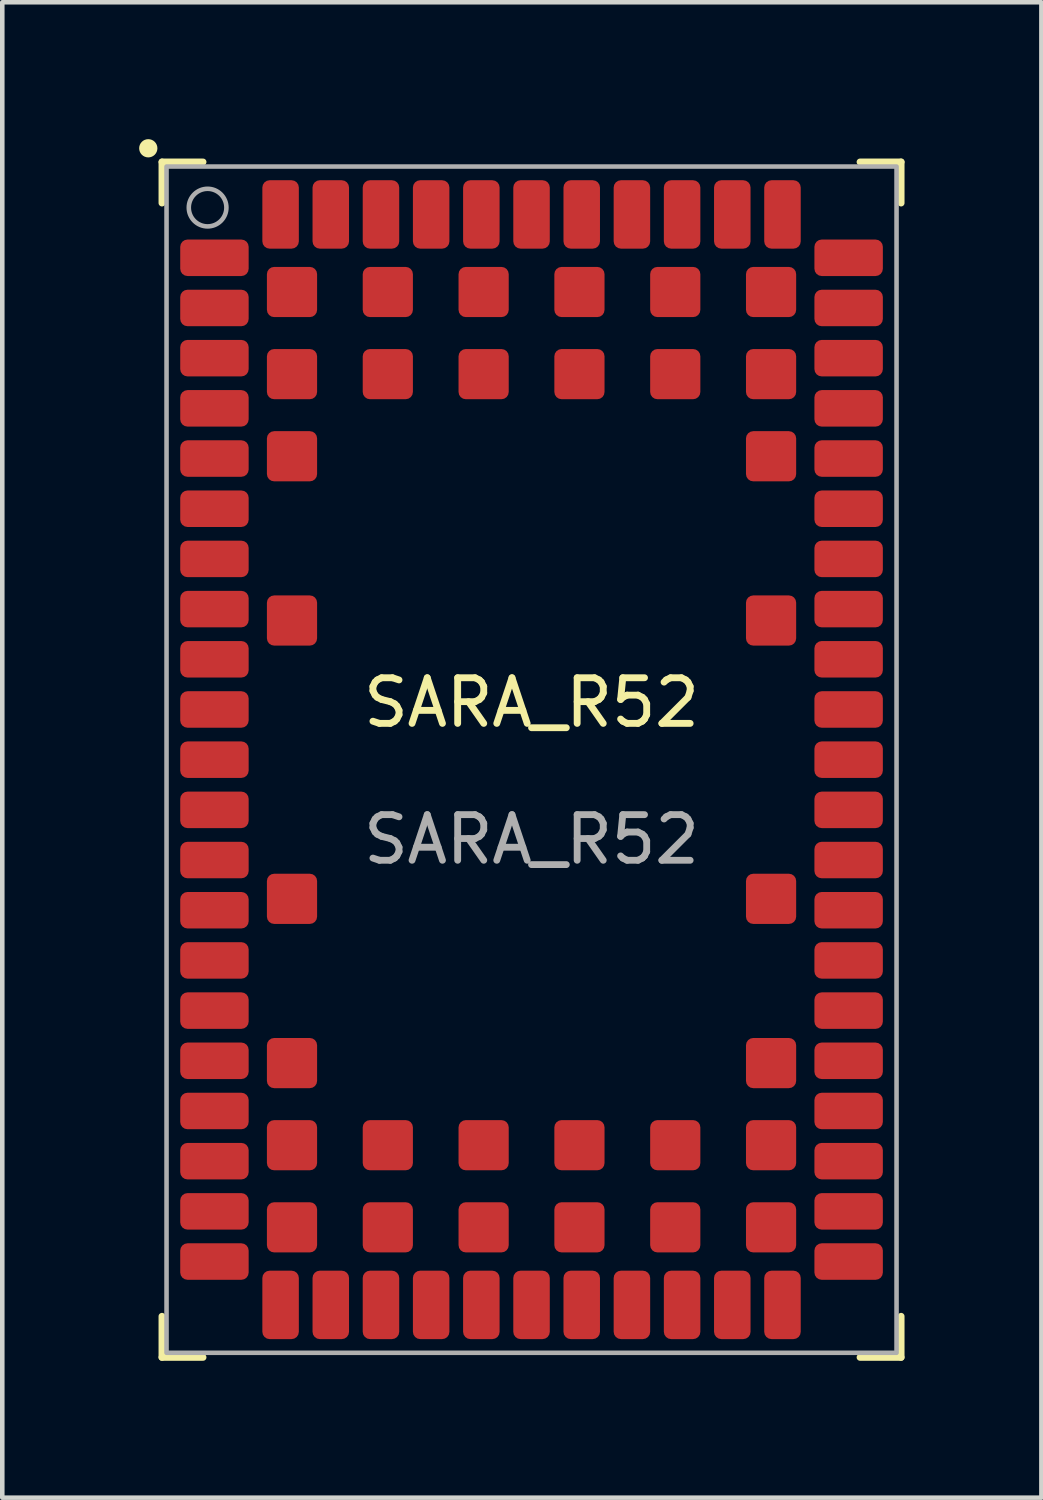
<source format=kicad_pcb>
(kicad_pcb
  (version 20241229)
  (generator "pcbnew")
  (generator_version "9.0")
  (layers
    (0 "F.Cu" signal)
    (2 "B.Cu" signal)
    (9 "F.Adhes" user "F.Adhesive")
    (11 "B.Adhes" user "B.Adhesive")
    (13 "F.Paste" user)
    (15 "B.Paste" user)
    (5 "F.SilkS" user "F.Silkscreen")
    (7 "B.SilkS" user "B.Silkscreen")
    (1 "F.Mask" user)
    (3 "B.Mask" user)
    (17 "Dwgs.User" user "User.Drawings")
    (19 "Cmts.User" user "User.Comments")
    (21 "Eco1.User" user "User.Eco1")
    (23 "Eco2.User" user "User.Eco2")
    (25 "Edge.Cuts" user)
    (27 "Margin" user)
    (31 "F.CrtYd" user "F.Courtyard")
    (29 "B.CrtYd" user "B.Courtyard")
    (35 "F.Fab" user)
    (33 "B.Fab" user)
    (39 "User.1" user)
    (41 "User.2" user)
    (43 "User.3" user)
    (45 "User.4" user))
  (footprint "SARA_R52"
    (layer "F.Cu")
    (at 8.6 13.6)
    (property "Reference" "SARA_R52" (at 0 -1.25 0) (unlocked yes) (layer "F.SilkS") (effects (font (size 1 1) (thickness 0.15))))
    (attr smd)
    (fp_line (start -8.1 -13.1) (end -8.1 -12.2) (stroke (width 0.15) (type default)) (layer "F.SilkS"))
    (fp_line (start -8.1 -13.1) (end -7.2 -13.1) (stroke (width 0.15) (type default)) (layer "F.SilkS"))
    (fp_line (start -8.1 13.1) (end -8.1 12.2) (stroke (width 0.15) (type default)) (layer "F.SilkS"))
    (fp_line (start -8.1 13.1) (end -7.2 13.1) (stroke (width 0.15) (type default)) (layer "F.SilkS"))
    (fp_line (start 8.1 -13.1) (end 7.2 -13.1) (stroke (width 0.15) (type default)) (layer "F.SilkS"))
    (fp_line (start 8.1 -13.1) (end 8.1 -12.2) (stroke (width 0.15) (type default)) (layer "F.SilkS"))
    (fp_line (start 8.1 13.1) (end 7.2 13.1) (stroke (width 0.15) (type default)) (layer "F.SilkS"))
    (fp_line (start 8.1 13.1) (end 8.1 12.2) (stroke (width 0.15) (type default)) (layer "F.SilkS"))
    (fp_circle (center -8.4 -13.4) (end -8.3 -13.4) (stroke (width 0.2) (type solid)) (fill no) (layer "F.SilkS"))
    (fp_rect (start -8 -13) (end 8 13) (stroke (width 0.1) (type default)) (fill no) (layer "F.Fab"))
    (fp_circle (center -7.1 -12.1) (end -7.2 -12.5) (stroke (width 0.1) (type default)) (fill no) (layer "F.Fab"))
    (fp_text user "${REFERENCE}" (at 0 1.75 0) (unlocked yes) (layer "F.Fab") (effects (font (size 1 1) (thickness 0.15))))
    (pad "1" smd roundrect (at -6.95 -11 270) (size 0.8 1.5) (layers "F.Cu" "F.Mask" "F.Paste") (roundrect_rratio 0.2))
    (pad "2" smd roundrect (at -6.95 -9.9 90) (size 0.8 1.5) (layers "F.Cu" "F.Mask" "F.Paste") (roundrect_rratio 0.2))
    (pad "3" smd roundrect (at -6.95 -8.8 90) (size 0.8 1.5) (layers "F.Cu" "F.Mask" "F.Paste") (roundrect_rratio 0.2))
    (pad "4" smd roundrect (at -6.95 -7.7 90) (size 0.8 1.5) (layers "F.Cu" "F.Mask" "F.Paste") (roundrect_rratio 0.2))
    (pad "5" smd roundrect (at -6.95 -6.6 90) (size 0.8 1.5) (layers "F.Cu" "F.Mask" "F.Paste") (roundrect_rratio 0.2))
    (pad "6" smd roundrect (at -6.95 -5.5 90) (size 0.8 1.5) (layers "F.Cu" "F.Mask" "F.Paste") (roundrect_rratio 0.2))
    (pad "7" smd roundrect (at -6.95 -4.4 90) (size 0.8 1.5) (layers "F.Cu" "F.Mask" "F.Paste") (roundrect_rratio 0.2))
    (pad "8" smd roundrect (at -6.95 -3.3 90) (size 0.8 1.5) (layers "F.Cu" "F.Mask" "F.Paste") (roundrect_rratio 0.2))
    (pad "9" smd roundrect (at -6.95 -2.2 90) (size 0.8 1.5) (layers "F.Cu" "F.Mask" "F.Paste") (roundrect_rratio 0.2))
    (pad "10" smd roundrect (at -6.95 -1.1 90) (size 0.8 1.5) (layers "F.Cu" "F.Mask" "F.Paste") (roundrect_rratio 0.2))
    (pad "11" smd roundrect (at -6.95 0 90) (size 0.8 1.5) (layers "F.Cu" "F.Mask" "F.Paste") (roundrect_rratio 0.2))
    (pad "12" smd roundrect (at -6.95 1.1 270) (size 0.8 1.5) (layers "F.Cu" "F.Mask" "F.Paste") (roundrect_rratio 0.2))
    (pad "13" smd roundrect (at -6.95 2.2 90) (size 0.8 1.5) (layers "F.Cu" "F.Mask" "F.Paste") (roundrect_rratio 0.2))
    (pad "14" smd roundrect (at -6.95 3.3 90) (size 0.8 1.5) (layers "F.Cu" "F.Mask" "F.Paste") (roundrect_rratio 0.2))
    (pad "15" smd roundrect (at -6.95 4.4 90) (size 0.8 1.5) (layers "F.Cu" "F.Mask" "F.Paste") (roundrect_rratio 0.2))
    (pad "16" smd roundrect (at -6.95 5.5 90) (size 0.8 1.5) (layers "F.Cu" "F.Mask" "F.Paste") (roundrect_rratio 0.2))
    (pad "17" smd roundrect (at -6.95 6.6 90) (size 0.8 1.5) (layers "F.Cu" "F.Mask" "F.Paste") (roundrect_rratio 0.2))
    (pad "18" smd roundrect (at -6.95 7.7 90) (size 0.8 1.5) (layers "F.Cu" "F.Mask" "F.Paste") (roundrect_rratio 0.2))
    (pad "19" smd roundrect (at -6.95 8.8 90) (size 0.8 1.5) (layers "F.Cu" "F.Mask" "F.Paste") (roundrect_rratio 0.2))
    (pad "20" smd roundrect (at -6.95 9.9 90) (size 0.8 1.5) (layers "F.Cu" "F.Mask" "F.Paste") (roundrect_rratio 0.2))
    (pad "21" smd roundrect (at -6.95 11 90) (size 0.8 1.5) (layers "F.Cu" "F.Mask" "F.Paste") (roundrect_rratio 0.2))
    (pad "22" smd roundrect (at -5.5 11.95) (size 0.8 1.5) (layers "F.Cu" "F.Mask" "F.Paste") (roundrect_rratio 0.2))
    (pad "23" smd roundrect (at -4.4 11.95) (size 0.8 1.5) (layers "F.Cu" "F.Mask" "F.Paste") (roundrect_rratio 0.2))
    (pad "24" smd roundrect (at -3.3 11.95) (size 0.8 1.5) (layers "F.Cu" "F.Mask" "F.Paste") (roundrect_rratio 0.2))
    (pad "25" smd roundrect (at -2.2 11.95) (size 0.8 1.5) (layers "F.Cu" "F.Mask" "F.Paste") (roundrect_rratio 0.2))
    (pad "26" smd roundrect (at -1.1 11.95) (size 0.8 1.5) (layers "F.Cu" "F.Mask" "F.Paste") (roundrect_rratio 0.2))
    (pad "27" smd roundrect (at 0 11.95) (size 0.8 1.5) (layers "F.Cu" "F.Mask" "F.Paste") (roundrect_rratio 0.2))
    (pad "28" smd roundrect (at 1.1 11.95) (size 0.8 1.5) (layers "F.Cu" "F.Mask" "F.Paste") (roundrect_rratio 0.2))
    (pad "29" smd roundrect (at 2.2 11.95) (size 0.8 1.5) (layers "F.Cu" "F.Mask" "F.Paste") (roundrect_rratio 0.2))
    (pad "30" smd roundrect (at 3.3 11.95) (size 0.8 1.5) (layers "F.Cu" "F.Mask" "F.Paste") (roundrect_rratio 0.2))
    (pad "31" smd roundrect (at 4.4 11.95) (size 0.8 1.5) (layers "F.Cu" "F.Mask" "F.Paste") (roundrect_rratio 0.2))
    (pad "32" smd roundrect (at 5.5 11.95 180) (size 0.8 1.5) (layers "F.Cu" "F.Mask" "F.Paste") (roundrect_rratio 0.2))
    (pad "33" smd roundrect (at 6.95 11 90) (size 0.8 1.5) (layers "F.Cu" "F.Mask" "F.Paste") (roundrect_rratio 0.2))
    (pad "34" smd roundrect (at 6.95 9.9 90) (size 0.8 1.5) (layers "F.Cu" "F.Mask" "F.Paste") (roundrect_rratio 0.2))
    (pad "35" smd roundrect (at 6.95 8.8 90) (size 0.8 1.5) (layers "F.Cu" "F.Mask" "F.Paste") (roundrect_rratio 0.2))
    (pad "36" smd roundrect (at 6.95 7.7 90) (size 0.8 1.5) (layers "F.Cu" "F.Mask" "F.Paste") (roundrect_rratio 0.2))
    (pad "37" smd roundrect (at 6.95 6.6 90) (size 0.8 1.5) (layers "F.Cu" "F.Mask" "F.Paste") (roundrect_rratio 0.2))
    (pad "38" smd roundrect (at 6.95 5.5 90) (size 0.8 1.5) (layers "F.Cu" "F.Mask" "F.Paste") (roundrect_rratio 0.2))
    (pad "39" smd roundrect (at 6.95 4.4 90) (size 0.8 1.5) (layers "F.Cu" "F.Mask" "F.Paste") (roundrect_rratio 0.2))
    (pad "40" smd roundrect (at 6.95 3.3 90) (size 0.8 1.5) (layers "F.Cu" "F.Mask" "F.Paste") (roundrect_rratio 0.2))
    (pad "41" smd roundrect (at 6.95 2.2 90) (size 0.8 1.5) (layers "F.Cu" "F.Mask" "F.Paste") (roundrect_rratio 0.2))
    (pad "42" smd roundrect (at 6.95 1.1 270) (size 0.8 1.5) (layers "F.Cu" "F.Mask" "F.Paste") (roundrect_rratio 0.2))
    (pad "43" smd roundrect (at 6.95 0 90) (size 0.8 1.5) (layers "F.Cu" "F.Mask" "F.Paste") (roundrect_rratio 0.2))
    (pad "44" smd roundrect (at 6.95 -1.1 90) (size 0.8 1.5) (layers "F.Cu" "F.Mask" "F.Paste") (roundrect_rratio 0.2))
    (pad "45" smd roundrect (at 6.95 -2.2 90) (size 0.8 1.5) (layers "F.Cu" "F.Mask" "F.Paste") (roundrect_rratio 0.2))
    (pad "46" smd roundrect (at 6.95 -3.3 90) (size 0.8 1.5) (layers "F.Cu" "F.Mask" "F.Paste") (roundrect_rratio 0.2))
    (pad "47" smd roundrect (at 6.95 -4.4 90) (size 0.8 1.5) (layers "F.Cu" "F.Mask" "F.Paste") (roundrect_rratio 0.2))
    (pad "48" smd roundrect (at 6.95 -5.5 90) (size 0.8 1.5) (layers "F.Cu" "F.Mask" "F.Paste") (roundrect_rratio 0.2))
    (pad "49" smd roundrect (at 6.95 -6.6 90) (size 0.8 1.5) (layers "F.Cu" "F.Mask" "F.Paste") (roundrect_rratio 0.2))
    (pad "50" smd roundrect (at 6.95 -7.7 90) (size 0.8 1.5) (layers "F.Cu" "F.Mask" "F.Paste") (roundrect_rratio 0.2))
    (pad "51" smd roundrect (at 6.95 -8.8 90) (size 0.8 1.5) (layers "F.Cu" "F.Mask" "F.Paste") (roundrect_rratio 0.2))
    (pad "52" smd roundrect (at 6.95 -9.9 90) (size 0.8 1.5) (layers "F.Cu" "F.Mask" "F.Paste") (roundrect_rratio 0.2))
    (pad "53" smd roundrect (at 6.95 -11 270) (size 0.8 1.5) (layers "F.Cu" "F.Mask" "F.Paste") (roundrect_rratio 0.2))
    (pad "54" smd roundrect (at 5.5 -11.95 180) (size 0.8 1.5) (layers "F.Cu" "F.Mask" "F.Paste") (roundrect_rratio 0.2))
    (pad "55" smd roundrect (at 4.4 -11.95 180) (size 0.8 1.5) (layers "F.Cu" "F.Mask" "F.Paste") (roundrect_rratio 0.2))
    (pad "56" smd roundrect (at 3.3 -11.95 180) (size 0.8 1.5) (layers "F.Cu" "F.Mask" "F.Paste") (roundrect_rratio 0.2))
    (pad "57" smd roundrect (at 2.2 -11.95 180) (size 0.8 1.5) (layers "F.Cu" "F.Mask" "F.Paste") (roundrect_rratio 0.2))
    (pad "58" smd roundrect (at 1.1 -11.95 180) (size 0.8 1.5) (layers "F.Cu" "F.Mask" "F.Paste") (roundrect_rratio 0.2))
    (pad "59" smd roundrect (at 0 -11.95 180) (size 0.8 1.5) (layers "F.Cu" "F.Mask" "F.Paste") (roundrect_rratio 0.2))
    (pad "60" smd roundrect (at -1.1 -11.95 180) (size 0.8 1.5) (layers "F.Cu" "F.Mask" "F.Paste") (roundrect_rratio 0.2))
    (pad "61" smd roundrect (at -2.2 -11.95 180) (size 0.8 1.5) (layers "F.Cu" "F.Mask" "F.Paste") (roundrect_rratio 0.2))
    (pad "62" smd roundrect (at -3.3 -11.95 180) (size 0.8 1.5) (layers "F.Cu" "F.Mask" "F.Paste") (roundrect_rratio 0.2))
    (pad "63" smd roundrect (at -4.4 -11.95 180) (size 0.8 1.5) (layers "F.Cu" "F.Mask" "F.Paste") (roundrect_rratio 0.2))
    (pad "64" smd roundrect (at -5.5 -11.95) (size 0.8 1.5) (layers "F.Cu" "F.Mask" "F.Paste") (roundrect_rratio 0.2))
    (pad "65" smd roundrect (at -5.25 -10.25 180) (size 1.1 1.1) (layers "F.Cu" "F.Mask" "F.Paste") (roundrect_rratio 0.145))
    (pad "66" smd roundrect (at -3.15 -10.25 180) (size 1.1 1.1) (layers "F.Cu" "F.Mask" "F.Paste") (roundrect_rratio 0.145))
    (pad "67" smd roundrect (at -1.05 -10.25 180) (size 1.1 1.1) (layers "F.Cu" "F.Mask" "F.Paste") (roundrect_rratio 0.145))
    (pad "68" smd roundrect (at 1.05 -10.25 180) (size 1.1 1.1) (layers "F.Cu" "F.Mask" "F.Paste") (roundrect_rratio 0.145))
    (pad "69" smd roundrect (at 3.15 -10.25 180) (size 1.1 1.1) (layers "F.Cu" "F.Mask" "F.Paste") (roundrect_rratio 0.145))
    (pad "70" smd roundrect (at 5.25 -10.25 180) (size 1.1 1.1) (layers "F.Cu" "F.Mask" "F.Paste") (roundrect_rratio 0.145))
    (pad "71" smd roundrect (at -5.25 -8.45 180) (size 1.1 1.1) (layers "F.Cu" "F.Mask" "F.Paste") (roundrect_rratio 0.145))
    (pad "72" smd roundrect (at -3.15 -8.45 180) (size 1.1 1.1) (layers "F.Cu" "F.Mask" "F.Paste") (roundrect_rratio 0.145))
    (pad "73" smd roundrect (at -1.05 -8.45 180) (size 1.1 1.1) (layers "F.Cu" "F.Mask" "F.Paste") (roundrect_rratio 0.145))
    (pad "74" smd roundrect (at 1.05 -8.45 180) (size 1.1 1.1) (layers "F.Cu" "F.Mask" "F.Paste") (roundrect_rratio 0.145))
    (pad "75" smd roundrect (at 3.15 -8.45 180) (size 1.1 1.1) (layers "F.Cu" "F.Mask" "F.Paste") (roundrect_rratio 0.145))
    (pad "76" smd roundrect (at 5.25 -8.45 180) (size 1.1 1.1) (layers "F.Cu" "F.Mask" "F.Paste") (roundrect_rratio 0.145))
    (pad "77" smd roundrect (at -5.25 -6.65 180) (size 1.1 1.1) (layers "F.Cu" "F.Mask" "F.Paste") (roundrect_rratio 0.145))
    (pad "78" smd roundrect (at 5.25 -6.65 180) (size 1.1 1.1) (layers "F.Cu" "F.Mask" "F.Paste") (roundrect_rratio 0.145))
    (pad "79" smd roundrect (at -5.25 -3.05 180) (size 1.1 1.1) (layers "F.Cu" "F.Mask" "F.Paste") (roundrect_rratio 0.145))
    (pad "80" smd roundrect (at 5.25 -3.05 180) (size 1.1 1.1) (layers "F.Cu" "F.Mask" "F.Paste") (roundrect_rratio 0.145))
    (pad "81" smd roundrect (at -5.25 3.05) (size 1.1 1.1) (layers "F.Cu" "F.Mask" "F.Paste") (roundrect_rratio 0.145))
    (pad "82" smd roundrect (at 5.25 3.05) (size 1.1 1.1) (layers "F.Cu" "F.Mask" "F.Paste") (roundrect_rratio 0.145))
    (pad "83" smd roundrect (at -5.25 6.65) (size 1.1 1.1) (layers "F.Cu" "F.Mask" "F.Paste") (roundrect_rratio 0.145))
    (pad "84" smd roundrect (at 5.25 6.65) (size 1.1 1.1) (layers "F.Cu" "F.Mask" "F.Paste") (roundrect_rratio 0.145))
    (pad "85" smd roundrect (at -5.25 8.45) (size 1.1 1.1) (layers "F.Cu" "F.Mask" "F.Paste") (roundrect_rratio 0.145))
    (pad "86" smd roundrect (at -3.15 8.45) (size 1.1 1.1) (layers "F.Cu" "F.Mask" "F.Paste") (roundrect_rratio 0.145))
    (pad "87" smd roundrect (at -1.05 8.45) (size 1.1 1.1) (layers "F.Cu" "F.Mask" "F.Paste") (roundrect_rratio 0.145))
    (pad "88" smd roundrect (at 1.05 8.45) (size 1.1 1.1) (layers "F.Cu" "F.Mask" "F.Paste") (roundrect_rratio 0.145))
    (pad "89" smd roundrect (at 3.15 8.45) (size 1.1 1.1) (layers "F.Cu" "F.Mask" "F.Paste") (roundrect_rratio 0.145))
    (pad "90" smd roundrect (at 5.25 8.45) (size 1.1 1.1) (layers "F.Cu" "F.Mask" "F.Paste") (roundrect_rratio 0.145))
    (pad "91" smd roundrect (at -5.25 10.25) (size 1.1 1.1) (layers "F.Cu" "F.Mask" "F.Paste") (roundrect_rratio 0.145))
    (pad "92" smd roundrect (at -3.15 10.25) (size 1.1 1.1) (layers "F.Cu" "F.Mask" "F.Paste") (roundrect_rratio 0.145))
    (pad "93" smd roundrect (at -1.05 10.25) (size 1.1 1.1) (layers "F.Cu" "F.Mask" "F.Paste") (roundrect_rratio 0.145))
    (pad "94" smd roundrect (at 1.05 10.25) (size 1.1 1.1) (layers "F.Cu" "F.Mask" "F.Paste") (roundrect_rratio 0.145))
    (pad "95" smd roundrect (at 3.15 10.25) (size 1.1 1.1) (layers "F.Cu" "F.Mask" "F.Paste") (roundrect_rratio 0.145))
    (pad "96" smd roundrect (at 5.25 10.25) (size 1.1 1.1) (layers "F.Cu" "F.Mask" "F.Paste") (roundrect_rratio 0.145)))
  (gr_rect
    (start -3 -3)
    (end 19.775 29.775)
    (stroke (width 0.1) (type default))
    (fill no)
    (layer "Edge.Cuts")))
</source>
